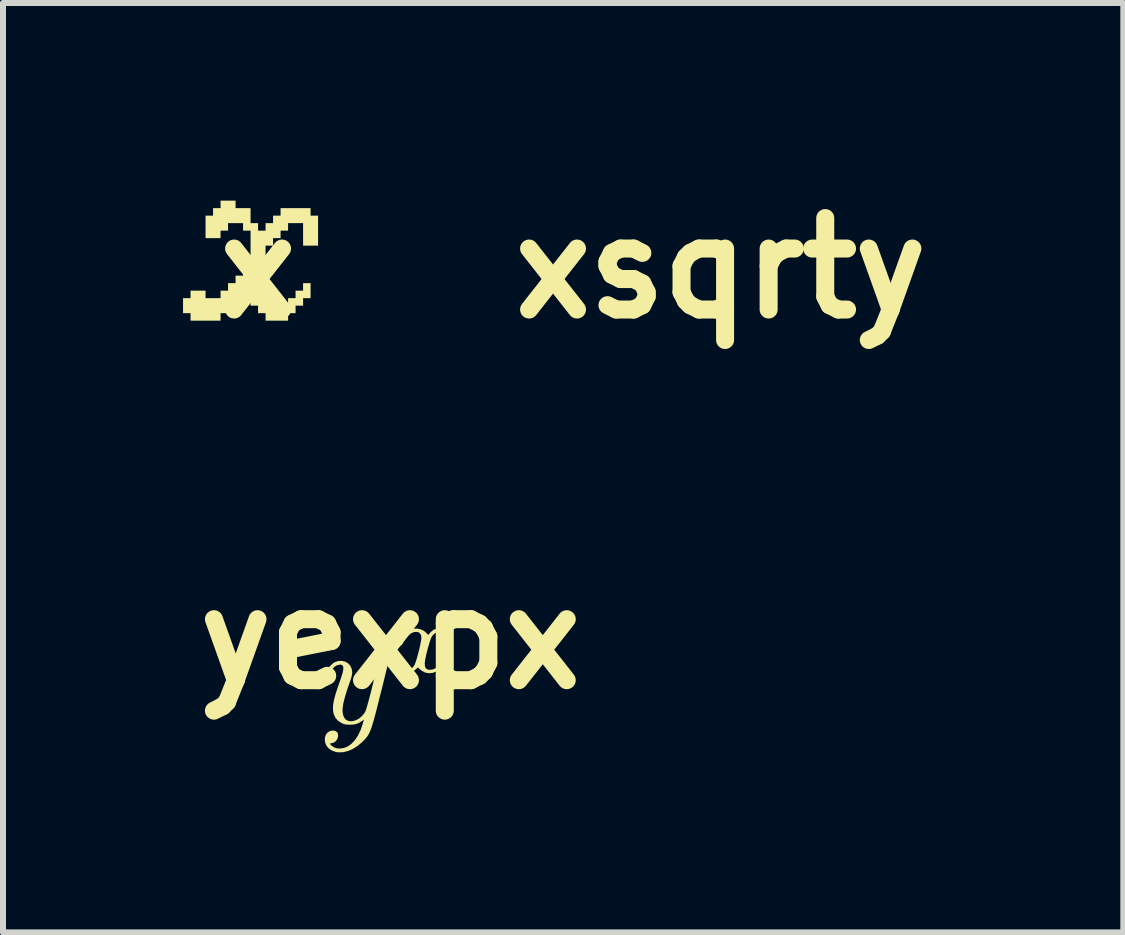
<source format=kicad_pcb>
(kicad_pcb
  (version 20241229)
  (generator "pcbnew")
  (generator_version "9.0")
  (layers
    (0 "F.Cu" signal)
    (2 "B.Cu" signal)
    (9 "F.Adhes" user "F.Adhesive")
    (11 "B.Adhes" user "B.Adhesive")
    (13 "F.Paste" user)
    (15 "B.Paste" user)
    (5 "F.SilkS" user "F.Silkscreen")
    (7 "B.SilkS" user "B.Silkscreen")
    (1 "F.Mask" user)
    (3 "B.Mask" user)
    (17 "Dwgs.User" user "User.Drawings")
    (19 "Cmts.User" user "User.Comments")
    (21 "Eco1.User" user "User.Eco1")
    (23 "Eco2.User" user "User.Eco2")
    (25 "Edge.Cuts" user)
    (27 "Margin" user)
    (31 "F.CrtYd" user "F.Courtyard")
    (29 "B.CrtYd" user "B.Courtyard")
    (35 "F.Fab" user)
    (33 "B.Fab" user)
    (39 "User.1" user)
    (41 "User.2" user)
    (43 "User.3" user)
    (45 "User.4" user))
  (footprint "yexpx"
    (layer "F.Cu")
    (at 3.454 7.594)
    (property "Reference" "yexpx" (at 0 0 0) (layer "F.SilkS") (effects (font (size 1.524 1.524) (thickness 0.3))))
    (attr board_only exclude_from_pos_files exclude_from_bom)
    (fp_poly (pts (xy 0.504 -0.159) (xy 0.56 -0.132) (xy 0.602 -0.096) (xy 0.63 -0.064) (xy 0.663 -0.101) (xy 0.69 -0.126) (xy 0.717 -0.148) (xy 0.727 -0.154) (xy 0.766 -0.166) (xy 0.815 -0.17) (xy 0.865 -0.165) (xy 0.909 -0.151) (xy 0.914 -0.149) (xy 0.949 -0.128) (xy 0.97 -0.106) (xy 0.981 -0.078) (xy 0.984 -0.055) (xy 0.985 -0.025) (xy 0.978 -0.003) (xy 0.961 0.018) (xy 0.926 0.046) (xy 0.891 0.055) (xy 0.857 0.046) (xy 0.847 0.039) (xy 0.825 0.012) (xy 0.822 -0.02) (xy 0.837 -0.055) (xy 0.85 -0.072) (xy 0.88 -0.106) (xy 0.836 -0.113) (xy 0.785 -0.111) (xy 0.74 -0.092) (xy 0.702 -0.053) (xy 0.691 -0.037) (xy 0.678 -0.01) (xy 0.663 0.031) (xy 0.646 0.085) (xy 0.629 0.145) (xy 0.612 0.208) (xy 0.597 0.27) (xy 0.585 0.328) (xy 0.577 0.376) (xy 0.573 0.412) (xy 0.573 0.412) (xy 0.577 0.46) (xy 0.593 0.493) (xy 0.622 0.512) (xy 0.662 0.518) (xy 0.716 0.508) (xy 0.768 0.482) (xy 0.815 0.44) (xy 0.855 0.385) (xy 0.874 0.349) (xy 0.889 0.317) (xy 0.901 0.3) (xy 0.913 0.295) (xy 0.921 0.295) (xy 0.94 0.305) (xy 0.946 0.326) (xy 0.941 0.354) (xy 0.927 0.389) (xy 0.905 0.425) (xy 0.876 0.462) (xy 0.843 0.497) (xy 0.806 0.525) (xy 0.779 0.541) (xy 0.708 0.567) (xy 0.641 0.574) (xy 0.579 0.562) (xy 0.522 0.531) (xy 0.503 0.516) (xy 0.459 0.477) (xy 0.416 0.516) (xy 0.363 0.554) (xy 0.307 0.572) (xy 0.246 0.573) (xy 0.197 0.562) (xy 0.148 0.539) (xy 0.116 0.508) (xy 0.102 0.472) (xy 0.102 0.428) (xy 0.118 0.391) (xy 0.147 0.365) (xy 0.187 0.352) (xy 0.198 0.352) (xy 0.236 0.358) (xy 0.258 0.376) (xy 0.267 0.407) (xy 0.267 0.416) (xy 0.261 0.448) (xy 0.242 0.474) (xy 0.236 0.48) (xy 0.219 0.498) (xy 0.218 0.509) (xy 0.233 0.516) (xy 0.266 0.518) (xy 0.275 0.518) (xy 0.325 0.509) (xy 0.368 0.482) (xy 0.397 0.447) (xy 0.408 0.425) (xy 0.422 0.387) (xy 0.438 0.338) (xy 0.454 0.28) (xy 0.471 0.218) (xy 0.486 0.156) (xy 0.499 0.097) (xy 0.509 0.045) (xy 0.516 0.004) (xy 0.517 -0.019) (xy 0.511 -0.062) (xy 0.492 -0.093) (xy 0.464 -0.111) (xy 0.43 -0.116) (xy 0.391 -0.111) (xy 0.35 -0.094) (xy 0.309 -0.067) (xy 0.27 -0.03) (xy 0.237 0.017) (xy 0.221 0.049) (xy 0.205 0.081) (xy 0.192 0.099) (xy 0.179 0.107) (xy 0.17 0.107) (xy 0.149 0.103) (xy 0.141 0.088) (xy 0.145 0.061) (xy 0.159 0.026) (xy 0.195 -0.035) (xy 0.243 -0.089) (xy 0.296 -0.132) (xy 0.317 -0.144) (xy 0.379 -0.166) (xy 0.442 -0.171)) (stroke (width 0) (type solid)) (fill yes) (layer "F.SilkS"))
    (fp_poly (pts (xy -0.756 0.379) (xy -0.709 0.405) (xy -0.671 0.444) (xy -0.646 0.494) (xy -0.635 0.553) (xy -0.635 0.559) (xy -0.639 0.594) (xy -0.648 0.637) (xy -0.66 0.677) (xy -0.702 0.796) (xy -0.736 0.9) (xy -0.762 0.989) (xy -0.781 1.066) (xy -0.792 1.131) (xy -0.797 1.186) (xy -0.794 1.234) (xy -0.785 1.275) (xy -0.771 1.31) (xy -0.744 1.345) (xy -0.707 1.366) (xy -0.662 1.374) (xy -0.614 1.369) (xy -0.564 1.352) (xy -0.515 1.324) (xy -0.47 1.285) (xy -0.432 1.237) (xy -0.416 1.209) (xy -0.407 1.185) (xy -0.393 1.143) (xy -0.377 1.086) (xy -0.357 1.015) (xy -0.335 0.931) (xy -0.311 0.836) (xy -0.302 0.801) (xy -0.28 0.709) (xy -0.261 0.634) (xy -0.246 0.574) (xy -0.233 0.527) (xy -0.223 0.491) (xy -0.214 0.465) (xy -0.206 0.447) (xy -0.199 0.434) (xy -0.192 0.424) (xy -0.185 0.418) (xy -0.15 0.396) (xy -0.115 0.392) (xy -0.081 0.407) (xy -0.073 0.415) (xy -0.057 0.434) (xy -0.049 0.45) (xy -0.049 0.451) (xy -0.051 0.463) (xy -0.058 0.492) (xy -0.069 0.536) (xy -0.083 0.594) (xy -0.1 0.663) (xy -0.119 0.742) (xy -0.141 0.83) (xy -0.165 0.924) (xy -0.176 0.967) (xy -0.207 1.091) (xy -0.234 1.197) (xy -0.258 1.288) (xy -0.279 1.365) (xy -0.298 1.429) (xy -0.315 1.483) (xy -0.332 1.528) (xy -0.349 1.566) (xy -0.366 1.598) (xy -0.384 1.626) (xy -0.403 1.651) (xy -0.426 1.676) (xy -0.451 1.702) (xy -0.463 1.715) (xy -0.54 1.781) (xy -0.621 1.833) (xy -0.703 1.869) (xy -0.785 1.889) (xy -0.865 1.892) (xy -0.911 1.885) (xy -0.976 1.861) (xy -1.029 1.825) (xy -1.066 1.779) (xy -1.088 1.724) (xy -1.092 1.663) (xy -1.089 1.641) (xy -1.073 1.595) (xy -1.043 1.559) (xy -1.004 1.536) (xy -0.96 1.528) (xy -0.922 1.534) (xy -0.891 1.551) (xy -0.875 1.576) (xy -0.871 1.615) (xy -0.872 1.63) (xy -0.884 1.67) (xy -0.908 1.705) (xy -0.94 1.729) (xy -0.975 1.739) (xy -0.977 1.739) (xy -0.999 1.741) (xy -1.004 1.75) (xy -0.994 1.766) (xy -0.979 1.78) (xy -0.941 1.808) (xy -0.896 1.824) (xy -0.84 1.829) (xy -0.772 1.819) (xy -0.707 1.792) (xy -0.646 1.747) (xy -0.59 1.687) (xy -0.54 1.612) (xy -0.497 1.524) (xy -0.462 1.424) (xy -0.46 1.416) (xy -0.44 1.346) (xy -0.462 1.362) (xy -0.512 1.395) (xy -0.557 1.416) (xy -0.604 1.427) (xy -0.659 1.431) (xy -0.669 1.431) (xy -0.714 1.43) (xy -0.747 1.427) (xy -0.774 1.42) (xy -0.803 1.408) (xy -0.816 1.402) (xy -0.874 1.364) (xy -0.916 1.315) (xy -0.943 1.255) (xy -0.948 1.234) (xy -0.955 1.189) (xy -0.956 1.141) (xy -0.952 1.089) (xy -0.941 1.03) (xy -0.924 0.961) (xy -0.9 0.881) (xy -0.868 0.786) (xy -0.846 0.724) (xy -0.817 0.64) (xy -0.797 0.573) (xy -0.785 0.52) (xy -0.783 0.481) (xy -0.789 0.453) (xy -0.805 0.437) (xy -0.828 0.43) (xy -0.838 0.43) (xy -0.887 0.44) (xy -0.933 0.468) (xy -0.976 0.514) (xy -1.016 0.578) (xy -1.051 0.659) (xy -1.06 0.683) (xy -1.077 0.728) (xy -1.095 0.753) (xy -1.112 0.761) (xy -1.129 0.751) (xy -1.138 0.738) (xy -1.139 0.721) (xy -1.133 0.693) (xy -1.133 0.693) (xy -1.109 0.623) (xy -1.076 0.555) (xy -1.036 0.493) (xy -0.993 0.441) (xy -0.948 0.403) (xy -0.928 0.391) (xy -0.869 0.37) (xy -0.81 0.367)) (stroke (width 0) (type solid)) (fill yes) (layer "F.SilkS")))
  (footprint "xsqrty"
    (layer "F.Cu")
    (at 8.959 1.418)
    (property "Reference" "xsqrty" (at 0 0 0) (layer "F.SilkS") (effects (font (size 1.524 1.524) (thickness 0.3))))
    (attr board_only exclude_from_pos_files exclude_from_bom)
    (fp_poly (pts (xy -0.295 0.3) (xy -0.263 0.312) (xy -0.238 0.33) (xy -0.222 0.356) (xy -0.219 0.377) (xy -0.225 0.398) (xy -0.239 0.42) (xy -0.258 0.437) (xy -0.276 0.445) (xy -0.279 0.445) (xy -0.303 0.439) (xy -0.32 0.422) (xy -0.328 0.4) (xy -0.324 0.376) (xy -0.313 0.36) (xy -0.303 0.347) (xy -0.306 0.34) (xy -0.322 0.336) (xy -0.337 0.336) (xy -0.369 0.343) (xy -0.398 0.364) (xy -0.422 0.395) (xy -0.433 0.42) (xy -0.445 0.46) (xy -0.456 0.503) (xy -0.466 0.546) (xy -0.474 0.585) (xy -0.478 0.617) (xy -0.48 0.638) (xy -0.479 0.642) (xy -0.467 0.667) (xy -0.444 0.682) (xy -0.413 0.686) (xy -0.406 0.685) (xy -0.362 0.672) (xy -0.325 0.645) (xy -0.296 0.605) (xy -0.277 0.577) (xy -0.262 0.564) (xy -0.257 0.563) (xy -0.242 0.567) (xy -0.237 0.581) (xy -0.241 0.6) (xy -0.252 0.623) (xy -0.269 0.648) (xy -0.292 0.673) (xy -0.317 0.694) (xy -0.345 0.711) (xy -0.347 0.712) (xy -0.391 0.725) (xy -0.437 0.726) (xy -0.482 0.716) (xy -0.52 0.696) (xy -0.53 0.688) (xy -0.543 0.676) (xy -0.552 0.675) (xy -0.563 0.684) (xy -0.565 0.686) (xy -0.605 0.713) (xy -0.651 0.725) (xy -0.67 0.726) (xy -0.694 0.725) (xy -0.714 0.722) (xy -0.719 0.721) (xy -0.751 0.703) (xy -0.771 0.677) (xy -0.779 0.647) (xy -0.774 0.617) (xy -0.759 0.597) (xy -0.738 0.584) (xy -0.715 0.581) (xy -0.694 0.587) (xy -0.681 0.603) (xy -0.68 0.604) (xy -0.678 0.628) (xy -0.687 0.653) (xy -0.701 0.67) (xy -0.707 0.677) (xy -0.702 0.681) (xy -0.692 0.684) (xy -0.655 0.686) (xy -0.622 0.674) (xy -0.594 0.65) (xy -0.575 0.615) (xy -0.571 0.603) (xy -0.554 0.537) (xy -0.54 0.484) (xy -0.531 0.443) (xy -0.525 0.412) (xy -0.523 0.388) (xy -0.525 0.372) (xy -0.529 0.36) (xy -0.537 0.352) (xy -0.543 0.347) (xy -0.573 0.336) (xy -0.606 0.338) (xy -0.64 0.352) (xy -0.673 0.375) (xy -0.7 0.407) (xy -0.71 0.424) (xy -0.725 0.449) (xy -0.739 0.46) (xy -0.743 0.461) (xy -0.759 0.456) (xy -0.764 0.441) (xy -0.761 0.419) (xy -0.747 0.392) (xy -0.729 0.367) (xy -0.692 0.334) (xy -0.649 0.311) (xy -0.603 0.298) (xy -0.558 0.297) (xy -0.515 0.308) (xy -0.479 0.33) (xy -0.475 0.333) (xy -0.454 0.353) (xy -0.436 0.336) (xy -0.405 0.314) (xy -0.369 0.301) (xy -0.332 0.297)) (stroke (width 0) (type solid)) (fill yes) (layer "F.Mask"))
    (fp_poly (pts (xy 0.702 -0.124) (xy 0.789 -0.123) (xy 0.886 -0.123) (xy 1.387 -0.121) (xy 1.389 -0.08) (xy 1.392 -0.039) (xy 0.909 -0.039) (xy 0.426 -0.039) (xy 0.001 0.842) (xy -0.052 0.952) (xy -0.104 1.059) (xy -0.153 1.161) (xy -0.2 1.258) (xy -0.244 1.349) (xy -0.284 1.432) (xy -0.321 1.507) (xy -0.353 1.573) (xy -0.38 1.63) (xy -0.403 1.675) (xy -0.42 1.71) (xy -0.43 1.732) (xy -0.435 1.74) (xy -0.45 1.753) (xy -0.471 1.758) (xy -0.493 1.756) (xy -0.506 1.748) (xy -0.51 1.739) (xy -0.521 1.718) (xy -0.536 1.684) (xy -0.557 1.641) (xy -0.581 1.589) (xy -0.609 1.529) (xy -0.639 1.462) (xy -0.671 1.391) (xy -0.691 1.348) (xy -0.725 1.274) (xy -0.757 1.204) (xy -0.786 1.14) (xy -0.813 1.082) (xy -0.836 1.032) (xy -0.854 0.991) (xy -0.868 0.961) (xy -0.876 0.943) (xy -0.878 0.939) (xy -0.883 0.931) (xy -0.889 0.928) (xy -0.898 0.931) (xy -0.914 0.941) (xy -0.939 0.96) (xy -0.94 0.961) (xy -0.975 0.985) (xy -1.001 0.997) (xy -1.019 0.998) (xy -1.027 0.987) (xy -1.027 0.981) (xy -1.021 0.971) (xy -1.005 0.954) (xy -0.981 0.932) (xy -0.952 0.907) (xy -0.92 0.881) (xy -0.887 0.856) (xy -0.856 0.833) (xy -0.83 0.815) (xy -0.814 0.806) (xy -0.796 0.798) (xy -0.786 0.798) (xy -0.777 0.807) (xy -0.774 0.809) (xy -0.769 0.82) (xy -0.757 0.843) (xy -0.741 0.877) (xy -0.72 0.921) (xy -0.695 0.974) (xy -0.667 1.034) (xy -0.637 1.1) (xy -0.605 1.17) (xy -0.598 1.187) (xy -0.561 1.268) (xy -0.528 1.339) (xy -0.499 1.401) (xy -0.475 1.453) (xy -0.455 1.493) (xy -0.441 1.52) (xy -0.432 1.535) (xy -0.429 1.538) (xy -0.425 1.529) (xy -0.415 1.508) (xy -0.398 1.474) (xy -0.376 1.429) (xy -0.349 1.374) (xy -0.318 1.308) (xy -0.282 1.234) (xy -0.243 1.153) (xy -0.2 1.064) (xy -0.154 0.969) (xy -0.106 0.869) (xy -0.055 0.765) (xy -0.031 0.715) (xy 0.02 0.609) (xy 0.069 0.507) (xy 0.117 0.409) (xy 0.161 0.317) (xy 0.203 0.232) (xy 0.241 0.154) (xy 0.275 0.084) (xy 0.305 0.023) (xy 0.33 -0.027) (xy 0.35 -0.067) (xy 0.364 -0.094) (xy 0.372 -0.109) (xy 0.373 -0.111) (xy 0.376 -0.114) (xy 0.381 -0.117) (xy 0.39 -0.118) (xy 0.402 -0.12) (xy 0.42 -0.121) (xy 0.444 -0.122) (xy 0.476 -0.123) (xy 0.516 -0.124) (xy 0.567 -0.124) (xy 0.628 -0.124)) (stroke (width 0) (type solid)) (fill yes) (layer "F.Mask"))
    (fp_poly (pts (xy 0.749 0.299) (xy 0.79 0.319) (xy 0.824 0.351) (xy 0.835 0.367) (xy 0.849 0.397) (xy 0.855 0.428) (xy 0.855 0.463) (xy 0.846 0.506) (xy 0.83 0.557) (xy 0.817 0.594) (xy 0.781 0.697) (xy 0.754 0.788) (xy 0.736 0.867) (xy 0.728 0.934) (xy 0.729 0.989) (xy 0.74 1.032) (xy 0.74 1.033) (xy 0.763 1.069) (xy 0.794 1.091) (xy 0.831 1.1) (xy 0.876 1.094) (xy 0.89 1.09) (xy 0.924 1.074) (xy 0.96 1.048) (xy 0.994 1.017) (xy 1.022 0.985) (xy 1.031 0.969) (xy 1.037 0.955) (xy 1.045 0.928) (xy 1.056 0.889) (xy 1.069 0.84) (xy 1.084 0.784) (xy 1.101 0.722) (xy 1.117 0.656) (xy 1.12 0.644) (xy 1.14 0.566) (xy 1.156 0.502) (xy 1.17 0.451) (xy 1.181 0.411) (xy 1.191 0.38) (xy 1.2 0.357) (xy 1.208 0.341) (xy 1.217 0.33) (xy 1.226 0.323) (xy 1.236 0.319) (xy 1.247 0.315) (xy 1.248 0.315) (xy 1.277 0.314) (xy 1.301 0.325) (xy 1.316 0.346) (xy 1.316 0.346) (xy 1.316 0.36) (xy 1.313 0.386) (xy 1.305 0.425) (xy 1.295 0.473) (xy 1.283 0.529) (xy 1.268 0.592) (xy 1.252 0.66) (xy 1.235 0.731) (xy 1.217 0.804) (xy 1.198 0.876) (xy 1.179 0.946) (xy 1.161 1.013) (xy 1.144 1.074) (xy 1.129 1.129) (xy 1.115 1.174) (xy 1.103 1.209) (xy 1.094 1.232) (xy 1.093 1.234) (xy 1.048 1.308) (xy 0.994 1.373) (xy 0.932 1.427) (xy 0.864 1.469) (xy 0.792 1.498) (xy 0.754 1.507) (xy 0.717 1.513) (xy 0.687 1.514) (xy 0.656 1.511) (xy 0.635 1.508) (xy 0.593 1.495) (xy 0.557 1.473) (xy 0.529 1.446) (xy 0.507 1.415) (xy 0.495 1.38) (xy 0.493 1.337) (xy 0.494 1.32) (xy 0.503 1.286) (xy 0.52 1.259) (xy 0.543 1.239) (xy 0.57 1.226) (xy 0.598 1.221) (xy 0.624 1.224) (xy 0.646 1.236) (xy 0.662 1.257) (xy 0.668 1.287) (xy 0.668 1.289) (xy 0.661 1.328) (xy 0.641 1.36) (xy 0.61 1.381) (xy 0.579 1.39) (xy 0.553 1.395) (xy 0.569 1.415) (xy 0.587 1.431) (xy 0.611 1.446) (xy 0.619 1.449) (xy 0.67 1.461) (xy 0.722 1.459) (xy 0.774 1.443) (xy 0.824 1.414) (xy 0.871 1.373) (xy 0.913 1.321) (xy 0.939 1.276) (xy 0.952 1.25) (xy 0.965 1.217) (xy 0.979 1.181) (xy 0.992 1.145) (xy 1.001 1.115) (xy 1.007 1.093) (xy 1.008 1.086) (xy 1.002 1.085) (xy 0.988 1.093) (xy 0.975 1.102) (xy 0.923 1.13) (xy 0.865 1.145) (xy 0.805 1.146) (xy 0.752 1.138) (xy 0.709 1.122) (xy 0.673 1.098) (xy 0.653 1.078) (xy 0.63 1.048) (xy 0.614 1.017) (xy 0.605 0.981) (xy 0.602 0.938) (xy 0.604 0.893) (xy 0.606 0.86) (xy 0.611 0.828) (xy 0.618 0.792) (xy 0.629 0.752) (xy 0.643 0.705) (xy 0.661 0.649) (xy 0.685 0.581) (xy 0.699 0.543) (xy 0.719 0.482) (xy 0.732 0.433) (xy 0.736 0.395) (xy 0.733 0.369) (xy 0.721 0.352) (xy 0.701 0.344) (xy 0.69 0.344) (xy 0.652 0.351) (xy 0.616 0.372) (xy 0.583 0.409) (xy 0.552 0.46) (xy 0.524 0.526) (xy 0.516 0.547) (xy 0.505 0.578) (xy 0.495 0.596) (xy 0.486 0.605) (xy 0.478 0.608) (xy 0.462 0.605) (xy 0.455 0.589) (xy 0.456 0.563) (xy 0.467 0.525) (xy 0.486 0.478) (xy 0.498 0.453) (xy 0.531 0.397) (xy 0.57 0.351) (xy 0.612 0.318) (xy 0.651 0.301) (xy 0.701 0.293)) (stroke (width 0) (type solid)) (fill yes) (layer "F.Mask")))
  (footprint "x"
    (layer "F.Cu")
    (at 1.25 1.418)
    (property "Reference" "x" (at 0 0 0) (layer "F.SilkS") (effects (font (size 1.524 1.524) (thickness 0.3))))
    (attr board_only exclude_from_pos_files exclude_from_bom)
    (fp_poly (pts (xy -0.375 -1) (xy -0.125 -1) (xy -0.125 -0.75) (xy 0 -0.75) (xy 0 -0.625) (xy 0.125 -0.625) (xy 0.125 -0.75) (xy 0.25 -0.75) (xy 0.25 -0.875) (xy 0.375 -0.875) (xy 0.375 -1) (xy 0.875 -1) (xy 0.875 -0.875) (xy 1 -0.875) (xy 1 -0.375) (xy 0.75 -0.375) (xy 0.75 -0.75) (xy 0.5 -0.75) (xy 0.5 -0.625) (xy 0.375 -0.625) (xy 0.375 -0.5) (xy 0.25 -0.5) (xy 0.25 -0.375) (xy 0.125 -0.375) (xy 0.125 0) (xy 0 0) (xy 0 0.25) (xy 0.125 0.25) (xy 0.125 0.5) (xy 0.25 0.5) (xy 0.25 0.625) (xy 0.5 0.625) (xy 0.5 0.5) (xy 0.625 0.5) (xy 0.625 0.375) (xy 0.75 0.375) (xy 0.75 0.25) (xy 0.875 0.25) (xy 0.875 0.5) (xy 0.75 0.5) (xy 0.75 0.625) (xy 0.625 0.625) (xy 0.625 0.75) (xy 0.5 0.75) (xy 0.5 0.875) (xy 0.125 0.875) (xy 0.125 0.75) (xy 0 0.75) (xy 0 0.625) (xy -0.125 0.625) (xy -0.125 0.375) (xy -0.25 0.375) (xy -0.25 0.5) (xy -0.375 0.5) (xy -0.375 0.625) (xy -0.5 0.625) (xy -0.5 0.75) (xy -0.625 0.75) (xy -0.625 0.875) (xy -1.125 0.875) (xy -1.125 0.75) (xy -1.25 0.75) (xy -1.25 0.5) (xy -1.125 0.5) (xy -1.125 0.375) (xy -0.875 0.375) (xy -0.875 0.5) (xy -0.625 0.5) (xy -0.625 0.375) (xy -0.5 0.375) (xy -0.5 0.25) (xy -0.375 0.25) (xy -0.375 0.125) (xy -0.25 0.125) (xy -0.25 -0.125) (xy -0.125 -0.125) (xy -0.125 -0.625) (xy -0.25 -0.625) (xy -0.25 -0.75) (xy -0.5 -0.75) (xy -0.5 -0.625) (xy -0.625 -0.625) (xy -0.625 -0.5) (xy -0.875 -0.5) (xy -0.875 -0.875) (xy -0.75 -0.875) (xy -0.75 -1) (xy -0.625 -1) (xy -0.625 -1.125) (xy -0.375 -1.125)) (stroke (width 0) (type solid)) (fill yes) (layer "F.SilkS")))
  (gr_rect
    (start -3 -3)
    (end 15.667 12.486)
    (stroke (width 0.1) (type default))
    (fill no)
    (layer "Edge.Cuts")))
</source>
